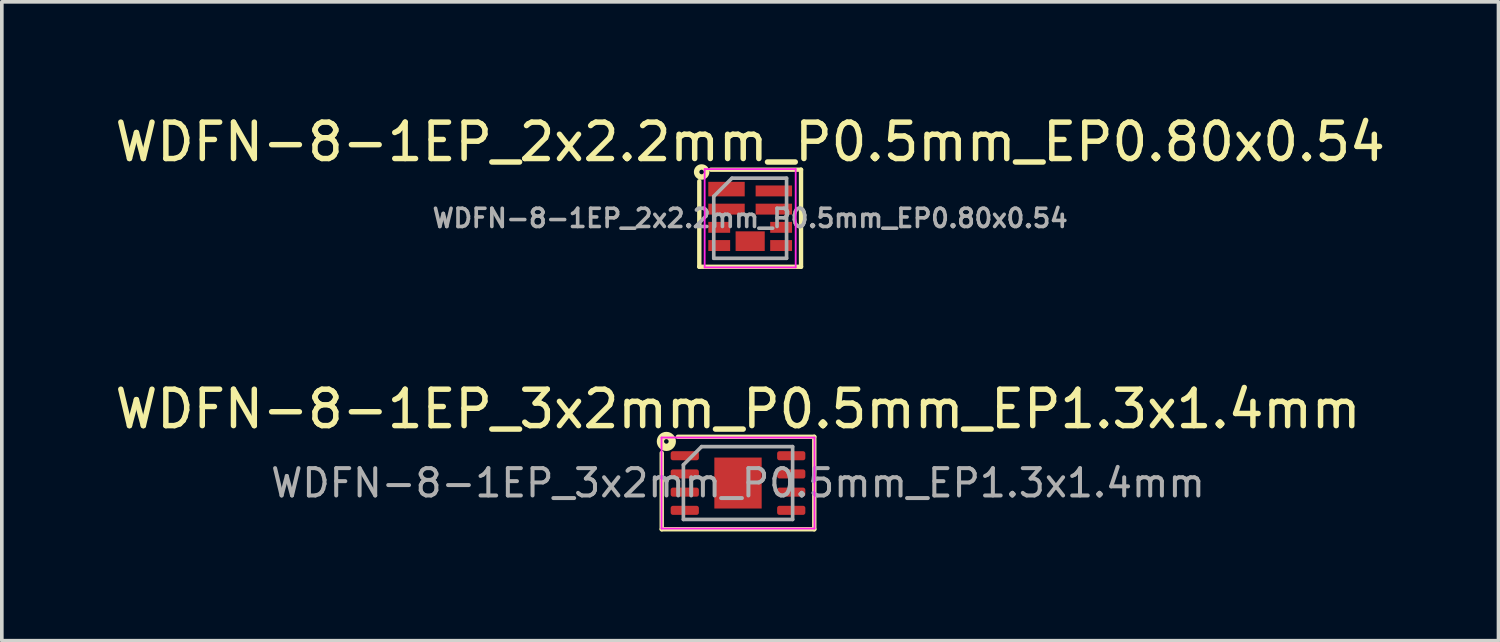
<source format=kicad_pcb>
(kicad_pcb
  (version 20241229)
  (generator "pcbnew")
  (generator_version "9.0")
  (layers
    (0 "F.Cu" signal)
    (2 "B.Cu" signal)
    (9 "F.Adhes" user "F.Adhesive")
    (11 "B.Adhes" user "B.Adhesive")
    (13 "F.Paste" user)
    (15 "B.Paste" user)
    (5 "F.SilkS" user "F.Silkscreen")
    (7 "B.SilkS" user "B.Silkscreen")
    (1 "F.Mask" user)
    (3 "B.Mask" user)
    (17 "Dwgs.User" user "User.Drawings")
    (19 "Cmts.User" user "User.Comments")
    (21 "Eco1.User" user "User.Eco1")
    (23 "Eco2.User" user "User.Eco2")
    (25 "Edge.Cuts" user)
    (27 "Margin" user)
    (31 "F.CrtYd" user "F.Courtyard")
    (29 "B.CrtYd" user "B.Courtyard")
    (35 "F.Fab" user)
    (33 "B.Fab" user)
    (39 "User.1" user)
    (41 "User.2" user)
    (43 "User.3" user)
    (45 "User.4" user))
  (footprint "WDFN-8-1EP_3x2mm_P0.5mm_EP1.3x1.4mm"
    (layer "F.Cu")
    (at 17.22 10.217)
    (property "Reference" "WDFN-8-1EP_3x2mm_P0.5mm_EP1.3x1.4mm" (at 0 -2.032 0) (layer "F.SilkS") (effects (font (size 1 1) (thickness 0.15))))
    (attr smd)
    (fp_line (start -2.095 1.27) (end -2.095 -0.826) (stroke (width 0.12) (type solid)) (layer "F.SilkS"))
    (fp_line (start -1.651 -1.27) (end 2.095 -1.27) (stroke (width 0.12) (type solid)) (layer "F.SilkS"))
    (fp_line (start 2.095 -1.27) (end 2.095 1.27) (stroke (width 0.12) (type solid)) (layer "F.SilkS"))
    (fp_line (start 2.095 1.27) (end -2.095 1.27) (stroke (width 0.12) (type solid)) (layer "F.SilkS"))
    (fp_circle (center -1.968 -1.143) (end -1.905 -1.143) (stroke (width 0.2) (type solid)) (fill no) (layer "F.SilkS"))
    (fp_line (start -2.1 -1.25) (end -2.1 1.25) (stroke (width 0.05) (type solid)) (layer "F.CrtYd"))
    (fp_line (start -2.1 1.25) (end 2.1 1.25) (stroke (width 0.05) (type solid)) (layer "F.CrtYd"))
    (fp_line (start 2.1 -1.25) (end -2.1 -1.25) (stroke (width 0.05) (type solid)) (layer "F.CrtYd"))
    (fp_line (start 2.1 1.25) (end 2.1 -1.25) (stroke (width 0.05) (type solid)) (layer "F.CrtYd"))
    (fp_line (start -1.5 -0.5) (end -1 -1) (stroke (width 0.1) (type solid)) (layer "F.Fab"))
    (fp_line (start -1.5 1) (end -1.5 -0.5) (stroke (width 0.1) (type solid)) (layer "F.Fab"))
    (fp_line (start -1 -1) (end 1.5 -1) (stroke (width 0.1) (type solid)) (layer "F.Fab"))
    (fp_line (start 1.5 -1) (end 1.5 1) (stroke (width 0.1) (type solid)) (layer "F.Fab"))
    (fp_line (start 1.5 1) (end -1.5 1) (stroke (width 0.1) (type solid)) (layer "F.Fab"))
    (fp_text user "${REFERENCE}" (at 0 0 0) (layer "F.Fab") (effects (font (size 0.75 0.75) (thickness 0.11))))
    (pad "" smd roundrect (at -0.325 -0.35) (size 0.52 0.56) (layers "F.Paste") (roundrect_rratio 0.25))
    (pad "" smd roundrect (at -0.325 0.35) (size 0.52 0.56) (layers "F.Paste") (roundrect_rratio 0.25))
    (pad "" smd roundrect (at 0.325 -0.35) (size 0.52 0.56) (layers "F.Paste") (roundrect_rratio 0.25))
    (pad "" smd roundrect (at 0.325 0.35) (size 0.52 0.56) (layers "F.Paste") (roundrect_rratio 0.25))
    (pad "1" smd roundrect (at -1.462 -0.75) (size 0.775 0.25) (layers "F.Cu" "F.Mask" "F.Paste") (roundrect_rratio 0.25))
    (pad "2" smd roundrect (at -1.462 -0.25) (size 0.775 0.25) (layers "F.Cu" "F.Mask" "F.Paste") (roundrect_rratio 0.25))
    (pad "3" smd roundrect (at -1.462 0.25) (size 0.775 0.25) (layers "F.Cu" "F.Mask" "F.Paste") (roundrect_rratio 0.25))
    (pad "4" smd roundrect (at -1.462 0.75) (size 0.775 0.25) (layers "F.Cu" "F.Mask" "F.Paste") (roundrect_rratio 0.25))
    (pad "5" smd roundrect (at 1.462 0.75) (size 0.775 0.25) (layers "F.Cu" "F.Mask" "F.Paste") (roundrect_rratio 0.25))
    (pad "6" smd roundrect (at 1.462 0.25) (size 0.775 0.25) (layers "F.Cu" "F.Mask" "F.Paste") (roundrect_rratio 0.25))
    (pad "7" smd roundrect (at 1.462 -0.25) (size 0.775 0.25) (layers "F.Cu" "F.Mask" "F.Paste") (roundrect_rratio 0.25))
    (pad "8" smd roundrect (at 1.462 -0.75) (size 0.775 0.25) (layers "F.Cu" "F.Mask" "F.Paste") (roundrect_rratio 0.25))
    (pad "9" smd rect (at 0 0) (size 1.3 1.4) (layers "F.Cu" "F.Mask")))
  (footprint "WDFN-8-1EP_2x2.2mm_P0.5mm_EP0.80x0.54"
    (layer "F.Cu")
    (at 17.554 2.944)
    (property "Reference" "WDFN-8-1EP_2x2.2mm_P0.5mm_EP0.80x0.54" (at 0 -2.095 0) (layer "F.SilkS") (effects (font (size 1 1) (thickness 0.15))))
    (attr smd)
    (fp_line (start -1.397 1.333) (end -1.397 -1.016) (stroke (width 0.12) (type solid)) (layer "F.SilkS"))
    (fp_line (start -1.079 -1.333) (end 1.397 -1.333) (stroke (width 0.12) (type solid)) (layer "F.SilkS"))
    (fp_line (start 1.397 -1.333) (end 1.397 1.333) (stroke (width 0.12) (type solid)) (layer "F.SilkS"))
    (fp_line (start 1.397 1.333) (end -1.397 1.333) (stroke (width 0.12) (type solid)) (layer "F.SilkS"))
    (fp_circle (center -1.333 -1.27) (end -1.27 -1.27) (stroke (width 0.15) (type solid)) (fill no) (layer "F.SilkS"))
    (fp_line (start -1.25 -1.35) (end -1.25 1.35) (stroke (width 0.05) (type solid)) (layer "F.CrtYd"))
    (fp_line (start -1.25 -1.35) (end 1.25 -1.35) (stroke (width 0.05) (type solid)) (layer "F.CrtYd"))
    (fp_line (start -1.25 1.35) (end 1.25 1.35) (stroke (width 0.05) (type solid)) (layer "F.CrtYd"))
    (fp_line (start 1.25 -1.35) (end 1.25 1.35) (stroke (width 0.05) (type solid)) (layer "F.CrtYd"))
    (fp_line (start -1 -0.6) (end -0.5 -1.1) (stroke (width 0.1) (type solid)) (layer "F.Fab"))
    (fp_line (start -1 1.1) (end -1 -0.6) (stroke (width 0.1) (type solid)) (layer "F.Fab"))
    (fp_line (start -0.5 -1.1) (end 1 -1.1) (stroke (width 0.1) (type solid)) (layer "F.Fab"))
    (fp_line (start 1 -1.1) (end 1 1.1) (stroke (width 0.1) (type solid)) (layer "F.Fab"))
    (fp_line (start 1 1.1) (end -1 1.1) (stroke (width 0.1) (type solid)) (layer "F.Fab"))
    (fp_text user "${REFERENCE}" (at 0 0 0) (layer "F.Fab") (effects (font (size 0.5 0.5) (thickness 0.1))))
    (pad "1" smd rect (at -0.65 -0.8) (size 1 0.4) (layers "F.Cu" "F.Mask" "F.Paste"))
    (pad "2" smd rect (at -0.65 -0.25) (size 1 0.3) (layers "F.Cu" "F.Mask" "F.Paste"))
    (pad "3" smd rect (at -0.85 0.25) (size 0.6 0.3) (layers "F.Cu" "F.Mask" "F.Paste"))
    (pad "4" smd rect (at -0.85 0.75) (size 0.6 0.3) (layers "F.Cu" "F.Mask" "F.Paste"))
    (pad "5" smd rect (at 0.85 0.75) (size 0.6 0.3) (layers "F.Cu" "F.Mask" "F.Paste"))
    (pad "6" smd rect (at 0.85 0.25) (size 0.6 0.3) (layers "F.Cu" "F.Mask" "F.Paste"))
    (pad "7" smd rect (at 0.65 -0.25) (size 1 0.3) (layers "F.Cu" "F.Mask" "F.Paste"))
    (pad "8" smd rect (at 0.65 -0.75) (size 1 0.3) (layers "F.Cu" "F.Mask" "F.Paste"))
    (pad "9" smd rect (at 0 0.63) (size 0.8 0.54) (layers "F.Cu" "F.Mask" "F.Paste")))
  (gr_rect
    (start -3 -3)
    (end 38.107 14.547)
    (stroke (width 0.1) (type default))
    (fill no)
    (layer "Edge.Cuts")))
</source>
